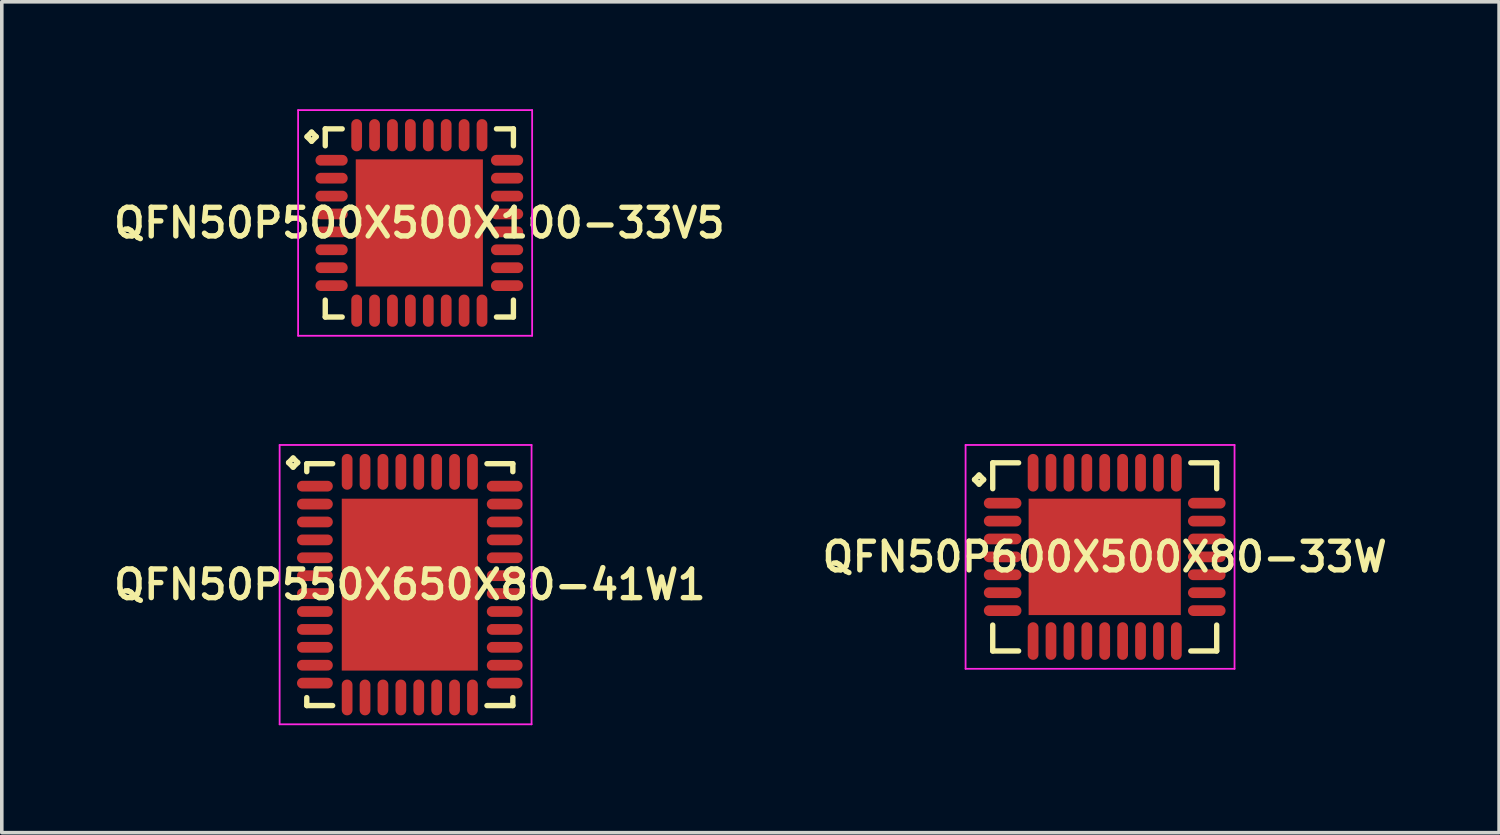
<source format=kicad_pcb>
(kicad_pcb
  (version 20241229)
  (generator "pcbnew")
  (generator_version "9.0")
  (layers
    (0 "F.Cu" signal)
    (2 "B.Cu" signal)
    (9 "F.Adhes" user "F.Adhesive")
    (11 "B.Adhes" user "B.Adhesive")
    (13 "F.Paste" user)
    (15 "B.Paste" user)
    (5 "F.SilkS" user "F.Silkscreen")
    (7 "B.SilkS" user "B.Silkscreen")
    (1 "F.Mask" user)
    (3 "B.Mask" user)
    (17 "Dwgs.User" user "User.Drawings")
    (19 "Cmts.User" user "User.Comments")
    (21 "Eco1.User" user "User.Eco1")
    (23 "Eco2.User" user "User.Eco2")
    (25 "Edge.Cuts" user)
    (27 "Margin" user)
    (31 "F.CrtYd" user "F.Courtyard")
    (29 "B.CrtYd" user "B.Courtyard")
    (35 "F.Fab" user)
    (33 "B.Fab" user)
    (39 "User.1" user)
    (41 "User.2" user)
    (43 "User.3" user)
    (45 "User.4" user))
  (footprint "QFN50P600X500X80-33W"
    (layer "F.Cu")
    (at 27.797 12.5)
    (property "Reference" "QFN50P600X500X80-33W" (at 0 0 0) (layer "F.SilkS") (effects (font (size 0.8 0.8) (thickness 0.15))))
    (attr smd)
    (fp_line (start -3.635 -2.158) (end -3.508 -2.285) (stroke (width 0.15) (type solid)) (layer "F.SilkS"))
    (fp_line (start -3.508 -2.285) (end -3.381 -2.158) (stroke (width 0.15) (type solid)) (layer "F.SilkS"))
    (fp_line (start -3.508 -2.031) (end -3.635 -2.158) (stroke (width 0.15) (type solid)) (layer "F.SilkS"))
    (fp_line (start -3.381 -2.158) (end -3.508 -2.031) (stroke (width 0.15) (type solid)) (layer "F.SilkS"))
    (fp_line (start -3.127 -2.627) (end -2.404 -2.627) (stroke (width 0.15) (type solid)) (layer "F.SilkS"))
    (fp_line (start -3.127 -1.904) (end -3.127 -2.627) (stroke (width 0.15) (type solid)) (layer "F.SilkS"))
    (fp_line (start -3.127 1.904) (end -3.127 2.627) (stroke (width 0.15) (type solid)) (layer "F.SilkS"))
    (fp_line (start -3.127 2.627) (end -2.404 2.627) (stroke (width 0.15) (type solid)) (layer "F.SilkS"))
    (fp_line (start 2.404 -2.627) (end 3.127 -2.627) (stroke (width 0.15) (type solid)) (layer "F.SilkS"))
    (fp_line (start 2.404 2.627) (end 3.127 2.627) (stroke (width 0.15) (type solid)) (layer "F.SilkS"))
    (fp_line (start 3.127 -2.627) (end 3.127 -1.904) (stroke (width 0.15) (type solid)) (layer "F.SilkS"))
    (fp_line (start 3.127 2.627) (end 3.127 1.904) (stroke (width 0.15) (type solid)) (layer "F.SilkS"))
    (fp_line (start -3.885 -3.125) (end 3.625 -3.125) (stroke (width 0.05) (type solid)) (layer "F.CrtYd"))
    (fp_line (start -3.885 3.125) (end -3.885 -3.125) (stroke (width 0.05) (type solid)) (layer "F.CrtYd"))
    (fp_line (start 3.625 -3.125) (end 3.625 3.125) (stroke (width 0.05) (type solid)) (layer "F.CrtYd"))
    (fp_line (start 3.625 3.125) (end -3.885 3.125) (stroke (width 0.05) (type solid)) (layer "F.CrtYd"))
    (pad "1" smd oval (at -2.85 -1.5) (size 1.05 0.3) (layers "F.Cu" "F.Mask" "F.Paste"))
    (pad "2" smd oval (at -2.85 -1) (size 1.05 0.3) (layers "F.Cu" "F.Mask" "F.Paste"))
    (pad "3" smd oval (at -2.85 -0.5) (size 1.05 0.3) (layers "F.Cu" "F.Mask" "F.Paste"))
    (pad "4" smd oval (at -2.85 0) (size 1.05 0.3) (layers "F.Cu" "F.Mask" "F.Paste"))
    (pad "5" smd oval (at -2.85 0.5) (size 1.05 0.3) (layers "F.Cu" "F.Mask" "F.Paste"))
    (pad "6" smd oval (at -2.85 1) (size 1.05 0.3) (layers "F.Cu" "F.Mask" "F.Paste"))
    (pad "7" smd oval (at -2.85 1.5) (size 1.05 0.3) (layers "F.Cu" "F.Mask" "F.Paste"))
    (pad "8" smd oval (at -2 2.35) (size 0.3 1.05) (layers "F.Cu" "F.Mask" "F.Paste"))
    (pad "9" smd oval (at -1.5 2.35) (size 0.3 1.05) (layers "F.Cu" "F.Mask" "F.Paste"))
    (pad "10" smd oval (at -1 2.35) (size 0.3 1.05) (layers "F.Cu" "F.Mask" "F.Paste"))
    (pad "11" smd oval (at -0.5 2.35) (size 0.3 1.05) (layers "F.Cu" "F.Mask" "F.Paste"))
    (pad "12" smd oval (at 0 2.35) (size 0.3 1.05) (layers "F.Cu" "F.Mask" "F.Paste"))
    (pad "13" smd oval (at 0.5 2.35) (size 0.3 1.05) (layers "F.Cu" "F.Mask" "F.Paste"))
    (pad "14" smd oval (at 1 2.35) (size 0.3 1.05) (layers "F.Cu" "F.Mask" "F.Paste"))
    (pad "15" smd oval (at 1.5 2.35) (size 0.3 1.05) (layers "F.Cu" "F.Mask" "F.Paste"))
    (pad "16" smd oval (at 2 2.35) (size 0.3 1.05) (layers "F.Cu" "F.Mask" "F.Paste"))
    (pad "17" smd oval (at 2.85 1.5) (size 1.05 0.3) (layers "F.Cu" "F.Mask" "F.Paste"))
    (pad "18" smd oval (at 2.85 1) (size 1.05 0.3) (layers "F.Cu" "F.Mask" "F.Paste"))
    (pad "19" smd oval (at 2.85 0.5) (size 1.05 0.3) (layers "F.Cu" "F.Mask" "F.Paste"))
    (pad "20" smd oval (at 2.85 0) (size 1.05 0.3) (layers "F.Cu" "F.Mask" "F.Paste"))
    (pad "21" smd oval (at 2.85 -0.5) (size 1.05 0.3) (layers "F.Cu" "F.Mask" "F.Paste"))
    (pad "22" smd oval (at 2.85 -1) (size 1.05 0.3) (layers "F.Cu" "F.Mask" "F.Paste"))
    (pad "23" smd oval (at 2.85 -1.5) (size 1.05 0.3) (layers "F.Cu" "F.Mask" "F.Paste"))
    (pad "24" smd oval (at 2 -2.35) (size 0.3 1.05) (layers "F.Cu" "F.Mask" "F.Paste"))
    (pad "25" smd oval (at 1.5 -2.35) (size 0.3 1.05) (layers "F.Cu" "F.Mask" "F.Paste"))
    (pad "26" smd oval (at 1 -2.35) (size 0.3 1.05) (layers "F.Cu" "F.Mask" "F.Paste"))
    (pad "27" smd oval (at 0.5 -2.35) (size 0.3 1.05) (layers "F.Cu" "F.Mask" "F.Paste"))
    (pad "28" smd oval (at 0 -2.35) (size 0.3 1.05) (layers "F.Cu" "F.Mask" "F.Paste"))
    (pad "29" smd oval (at -0.5 -2.35) (size 0.3 1.05) (layers "F.Cu" "F.Mask" "F.Paste"))
    (pad "30" smd oval (at -1 -2.35) (size 0.3 1.05) (layers "F.Cu" "F.Mask" "F.Paste"))
    (pad "31" smd oval (at -1.5 -2.35) (size 0.3 1.05) (layers "F.Cu" "F.Mask" "F.Paste"))
    (pad "32" smd oval (at -2 -2.35) (size 0.3 1.05) (layers "F.Cu" "F.Mask" "F.Paste"))
    (pad "33" smd rect (at 0 0) (size 4.25 3.25) (layers "F.Cu" "F.Mask" "F.Paste")))
  (footprint "QFN50P550X650X80-41W1"
    (layer "F.Cu")
    (at 8.393 13.275)
    (property "Reference" "QFN50P550X650X80-41W1" (at 0 0 0) (layer "F.SilkS") (effects (font (size 0.8 0.8) (thickness 0.15))))
    (attr smd)
    (fp_line (start -3.385 -3.408) (end -3.258 -3.535) (stroke (width 0.15) (type solid)) (layer "F.SilkS"))
    (fp_line (start -3.258 -3.535) (end -3.131 -3.408) (stroke (width 0.15) (type solid)) (layer "F.SilkS"))
    (fp_line (start -3.258 -3.281) (end -3.385 -3.408) (stroke (width 0.15) (type solid)) (layer "F.SilkS"))
    (fp_line (start -3.131 -3.408) (end -3.258 -3.281) (stroke (width 0.15) (type solid)) (layer "F.SilkS"))
    (fp_line (start -2.877 -3.377) (end -2.154 -3.377) (stroke (width 0.15) (type solid)) (layer "F.SilkS"))
    (fp_line (start -2.877 -3.154) (end -2.877 -3.377) (stroke (width 0.15) (type solid)) (layer "F.SilkS"))
    (fp_line (start -2.877 3.154) (end -2.877 3.377) (stroke (width 0.15) (type solid)) (layer "F.SilkS"))
    (fp_line (start -2.877 3.377) (end -2.154 3.377) (stroke (width 0.15) (type solid)) (layer "F.SilkS"))
    (fp_line (start 2.154 -3.377) (end 2.877 -3.377) (stroke (width 0.15) (type solid)) (layer "F.SilkS"))
    (fp_line (start 2.154 3.377) (end 2.877 3.377) (stroke (width 0.15) (type solid)) (layer "F.SilkS"))
    (fp_line (start 2.877 -3.377) (end 2.877 -3.154) (stroke (width 0.15) (type solid)) (layer "F.SilkS"))
    (fp_line (start 2.877 3.377) (end 2.877 3.154) (stroke (width 0.15) (type solid)) (layer "F.SilkS"))
    (fp_line (start -3.635 -3.9) (end 3.4 -3.9) (stroke (width 0.05) (type solid)) (layer "F.CrtYd"))
    (fp_line (start -3.635 3.9) (end -3.635 -3.9) (stroke (width 0.05) (type solid)) (layer "F.CrtYd"))
    (fp_line (start 3.4 -3.9) (end 3.4 3.9) (stroke (width 0.05) (type solid)) (layer "F.CrtYd"))
    (fp_line (start 3.4 3.9) (end -3.635 3.9) (stroke (width 0.05) (type solid)) (layer "F.CrtYd"))
    (pad "1" smd oval (at -2.65 -2.75) (size 1 0.3) (layers "F.Cu" "F.Mask" "F.Paste"))
    (pad "2" smd oval (at -2.65 -2.25) (size 1 0.3) (layers "F.Cu" "F.Mask" "F.Paste"))
    (pad "3" smd oval (at -2.65 -1.75) (size 1 0.3) (layers "F.Cu" "F.Mask" "F.Paste"))
    (pad "4" smd oval (at -2.65 -1.25) (size 1 0.3) (layers "F.Cu" "F.Mask" "F.Paste"))
    (pad "5" smd oval (at -2.65 -0.75) (size 1 0.3) (layers "F.Cu" "F.Mask" "F.Paste"))
    (pad "6" smd oval (at -2.65 -0.25) (size 1 0.3) (layers "F.Cu" "F.Mask" "F.Paste"))
    (pad "7" smd oval (at -2.65 0.25) (size 1 0.3) (layers "F.Cu" "F.Mask" "F.Paste"))
    (pad "8" smd oval (at -2.65 0.75) (size 1 0.3) (layers "F.Cu" "F.Mask" "F.Paste"))
    (pad "9" smd oval (at -2.65 1.25) (size 1 0.3) (layers "F.Cu" "F.Mask" "F.Paste"))
    (pad "10" smd oval (at -2.65 1.75) (size 1 0.3) (layers "F.Cu" "F.Mask" "F.Paste"))
    (pad "11" smd oval (at -2.65 2.25) (size 1 0.3) (layers "F.Cu" "F.Mask" "F.Paste"))
    (pad "12" smd oval (at -2.65 2.75) (size 1 0.3) (layers "F.Cu" "F.Mask" "F.Paste"))
    (pad "13" smd oval (at -1.75 3.15) (size 0.3 1) (layers "F.Cu" "F.Mask" "F.Paste"))
    (pad "14" smd oval (at -1.25 3.15) (size 0.3 1) (layers "F.Cu" "F.Mask" "F.Paste"))
    (pad "15" smd oval (at -0.75 3.15) (size 0.3 1) (layers "F.Cu" "F.Mask" "F.Paste"))
    (pad "16" smd oval (at -0.25 3.15) (size 0.3 1) (layers "F.Cu" "F.Mask" "F.Paste"))
    (pad "17" smd oval (at 0.25 3.15) (size 0.3 1) (layers "F.Cu" "F.Mask" "F.Paste"))
    (pad "18" smd oval (at 0.75 3.15) (size 0.3 1) (layers "F.Cu" "F.Mask" "F.Paste"))
    (pad "19" smd oval (at 1.25 3.15) (size 0.3 1) (layers "F.Cu" "F.Mask" "F.Paste"))
    (pad "20" smd oval (at 1.75 3.15) (size 0.3 1) (layers "F.Cu" "F.Mask" "F.Paste"))
    (pad "21" smd oval (at 2.65 2.75) (size 1 0.3) (layers "F.Cu" "F.Mask" "F.Paste"))
    (pad "22" smd oval (at 2.65 2.25) (size 1 0.3) (layers "F.Cu" "F.Mask" "F.Paste"))
    (pad "23" smd oval (at 2.65 1.75) (size 1 0.3) (layers "F.Cu" "F.Mask" "F.Paste"))
    (pad "24" smd oval (at 2.65 1.25) (size 1 0.3) (layers "F.Cu" "F.Mask" "F.Paste"))
    (pad "25" smd oval (at 2.65 0.75) (size 1 0.3) (layers "F.Cu" "F.Mask" "F.Paste"))
    (pad "26" smd oval (at 2.65 0.25) (size 1 0.3) (layers "F.Cu" "F.Mask" "F.Paste"))
    (pad "27" smd oval (at 2.65 -0.25) (size 1 0.3) (layers "F.Cu" "F.Mask" "F.Paste"))
    (pad "28" smd oval (at 2.65 -0.75) (size 1 0.3) (layers "F.Cu" "F.Mask" "F.Paste"))
    (pad "29" smd oval (at 2.65 -1.25) (size 1 0.3) (layers "F.Cu" "F.Mask" "F.Paste"))
    (pad "30" smd oval (at 2.65 -1.75) (size 1 0.3) (layers "F.Cu" "F.Mask" "F.Paste"))
    (pad "31" smd oval (at 2.65 -2.25) (size 1 0.3) (layers "F.Cu" "F.Mask" "F.Paste"))
    (pad "32" smd oval (at 2.65 -2.75) (size 1 0.3) (layers "F.Cu" "F.Mask" "F.Paste"))
    (pad "33" smd oval (at 1.75 -3.15) (size 0.3 1) (layers "F.Cu" "F.Mask" "F.Paste"))
    (pad "34" smd oval (at 1.25 -3.15) (size 0.3 1) (layers "F.Cu" "F.Mask" "F.Paste"))
    (pad "35" smd oval (at 0.75 -3.15) (size 0.3 1) (layers "F.Cu" "F.Mask" "F.Paste"))
    (pad "36" smd oval (at 0.25 -3.15) (size 0.3 1) (layers "F.Cu" "F.Mask" "F.Paste"))
    (pad "37" smd oval (at -0.25 -3.15) (size 0.3 1) (layers "F.Cu" "F.Mask" "F.Paste"))
    (pad "38" smd oval (at -0.75 -3.15) (size 0.3 1) (layers "F.Cu" "F.Mask" "F.Paste"))
    (pad "39" smd oval (at -1.25 -3.15) (size 0.3 1) (layers "F.Cu" "F.Mask" "F.Paste"))
    (pad "40" smd oval (at -1.75 -3.15) (size 0.3 1) (layers "F.Cu" "F.Mask" "F.Paste"))
    (pad "41" smd rect (at 0 0) (size 3.8 4.8) (layers "F.Cu" "F.Mask" "F.Paste")))
  (footprint "QFN50P500X500X100-33V5"
    (layer "F.Cu")
    (at 8.659 3.175)
    (property "Reference" "QFN50P500X500X100-33V5" (at 0 0 0) (layer "F.SilkS") (effects (font (size 0.8 0.8) (thickness 0.15))))
    (attr smd)
    (fp_line (start -3.135 -2.408) (end -3.008 -2.535) (stroke (width 0.15) (type solid)) (layer "F.SilkS"))
    (fp_line (start -3.008 -2.535) (end -2.881 -2.408) (stroke (width 0.15) (type solid)) (layer "F.SilkS"))
    (fp_line (start -3.008 -2.281) (end -3.135 -2.408) (stroke (width 0.15) (type solid)) (layer "F.SilkS"))
    (fp_line (start -2.881 -2.408) (end -3.008 -2.281) (stroke (width 0.15) (type solid)) (layer "F.SilkS"))
    (fp_line (start -2.627 -2.627) (end -2.154 -2.627) (stroke (width 0.15) (type solid)) (layer "F.SilkS"))
    (fp_line (start -2.627 -2.154) (end -2.627 -2.627) (stroke (width 0.15) (type solid)) (layer "F.SilkS"))
    (fp_line (start -2.627 2.154) (end -2.627 2.627) (stroke (width 0.15) (type solid)) (layer "F.SilkS"))
    (fp_line (start -2.627 2.627) (end -2.154 2.627) (stroke (width 0.15) (type solid)) (layer "F.SilkS"))
    (fp_line (start 2.154 -2.627) (end 2.627 -2.627) (stroke (width 0.15) (type solid)) (layer "F.SilkS"))
    (fp_line (start 2.154 2.627) (end 2.627 2.627) (stroke (width 0.15) (type solid)) (layer "F.SilkS"))
    (fp_line (start 2.627 -2.627) (end 2.627 -2.154) (stroke (width 0.15) (type solid)) (layer "F.SilkS"))
    (fp_line (start 2.627 2.627) (end 2.627 2.154) (stroke (width 0.15) (type solid)) (layer "F.SilkS"))
    (fp_line (start -3.385 -3.15) (end 3.15 -3.15) (stroke (width 0.05) (type solid)) (layer "F.CrtYd"))
    (fp_line (start -3.385 3.15) (end -3.385 -3.15) (stroke (width 0.05) (type solid)) (layer "F.CrtYd"))
    (fp_line (start 3.15 -3.15) (end 3.15 3.15) (stroke (width 0.05) (type solid)) (layer "F.CrtYd"))
    (fp_line (start 3.15 3.15) (end -3.385 3.15) (stroke (width 0.05) (type solid)) (layer "F.CrtYd"))
    (pad "1" smd oval (at -2.45 -1.75) (size 0.9 0.3) (layers "F.Cu" "F.Mask" "F.Paste"))
    (pad "2" smd oval (at -2.45 -1.25) (size 0.9 0.3) (layers "F.Cu" "F.Mask" "F.Paste"))
    (pad "3" smd oval (at -2.45 -0.75) (size 0.9 0.3) (layers "F.Cu" "F.Mask" "F.Paste"))
    (pad "4" smd oval (at -2.45 -0.25) (size 0.9 0.3) (layers "F.Cu" "F.Mask" "F.Paste"))
    (pad "5" smd oval (at -2.45 0.25) (size 0.9 0.3) (layers "F.Cu" "F.Mask" "F.Paste"))
    (pad "6" smd oval (at -2.45 0.75) (size 0.9 0.3) (layers "F.Cu" "F.Mask" "F.Paste"))
    (pad "7" smd oval (at -2.45 1.25) (size 0.9 0.3) (layers "F.Cu" "F.Mask" "F.Paste"))
    (pad "8" smd oval (at -2.45 1.75) (size 0.9 0.3) (layers "F.Cu" "F.Mask" "F.Paste"))
    (pad "9" smd oval (at -1.75 2.45) (size 0.3 0.9) (layers "F.Cu" "F.Mask" "F.Paste"))
    (pad "10" smd oval (at -1.25 2.45) (size 0.3 0.9) (layers "F.Cu" "F.Mask" "F.Paste"))
    (pad "11" smd oval (at -0.75 2.45) (size 0.3 0.9) (layers "F.Cu" "F.Mask" "F.Paste"))
    (pad "12" smd oval (at -0.25 2.45) (size 0.3 0.9) (layers "F.Cu" "F.Mask" "F.Paste"))
    (pad "13" smd oval (at 0.25 2.45) (size 0.3 0.9) (layers "F.Cu" "F.Mask" "F.Paste"))
    (pad "14" smd oval (at 0.75 2.45) (size 0.3 0.9) (layers "F.Cu" "F.Mask" "F.Paste"))
    (pad "15" smd oval (at 1.25 2.45) (size 0.3 0.9) (layers "F.Cu" "F.Mask" "F.Paste"))
    (pad "16" smd oval (at 1.75 2.45) (size 0.3 0.9) (layers "F.Cu" "F.Mask" "F.Paste"))
    (pad "17" smd oval (at 2.45 1.75) (size 0.9 0.3) (layers "F.Cu" "F.Mask" "F.Paste"))
    (pad "18" smd oval (at 2.45 1.25) (size 0.9 0.3) (layers "F.Cu" "F.Mask" "F.Paste"))
    (pad "19" smd oval (at 2.45 0.75) (size 0.9 0.3) (layers "F.Cu" "F.Mask" "F.Paste"))
    (pad "20" smd oval (at 2.45 0.25) (size 0.9 0.3) (layers "F.Cu" "F.Mask" "F.Paste"))
    (pad "21" smd oval (at 2.45 -0.25) (size 0.9 0.3) (layers "F.Cu" "F.Mask" "F.Paste"))
    (pad "22" smd oval (at 2.45 -0.75) (size 0.9 0.3) (layers "F.Cu" "F.Mask" "F.Paste"))
    (pad "23" smd oval (at 2.45 -1.25) (size 0.9 0.3) (layers "F.Cu" "F.Mask" "F.Paste"))
    (pad "24" smd oval (at 2.45 -1.75) (size 0.9 0.3) (layers "F.Cu" "F.Mask" "F.Paste"))
    (pad "25" smd oval (at 1.75 -2.45) (size 0.3 0.9) (layers "F.Cu" "F.Mask" "F.Paste"))
    (pad "26" smd oval (at 1.25 -2.45) (size 0.3 0.9) (layers "F.Cu" "F.Mask" "F.Paste"))
    (pad "27" smd oval (at 0.75 -2.45) (size 0.3 0.9) (layers "F.Cu" "F.Mask" "F.Paste"))
    (pad "28" smd oval (at 0.25 -2.45) (size 0.3 0.9) (layers "F.Cu" "F.Mask" "F.Paste"))
    (pad "29" smd oval (at -0.25 -2.45) (size 0.3 0.9) (layers "F.Cu" "F.Mask" "F.Paste"))
    (pad "30" smd oval (at -0.75 -2.45) (size 0.3 0.9) (layers "F.Cu" "F.Mask" "F.Paste"))
    (pad "31" smd oval (at -1.25 -2.45) (size 0.3 0.9) (layers "F.Cu" "F.Mask" "F.Paste"))
    (pad "32" smd oval (at -1.75 -2.45) (size 0.3 0.9) (layers "F.Cu" "F.Mask" "F.Paste"))
    (pad "33" smd rect (at 0 0) (size 3.55 3.55) (layers "F.Cu" "F.Mask" "F.Paste")))
  (gr_rect
    (start -3 -3)
    (end 38.809 20.2)
    (stroke (width 0.1) (type default))
    (fill no)
    (layer "Edge.Cuts")))
</source>
